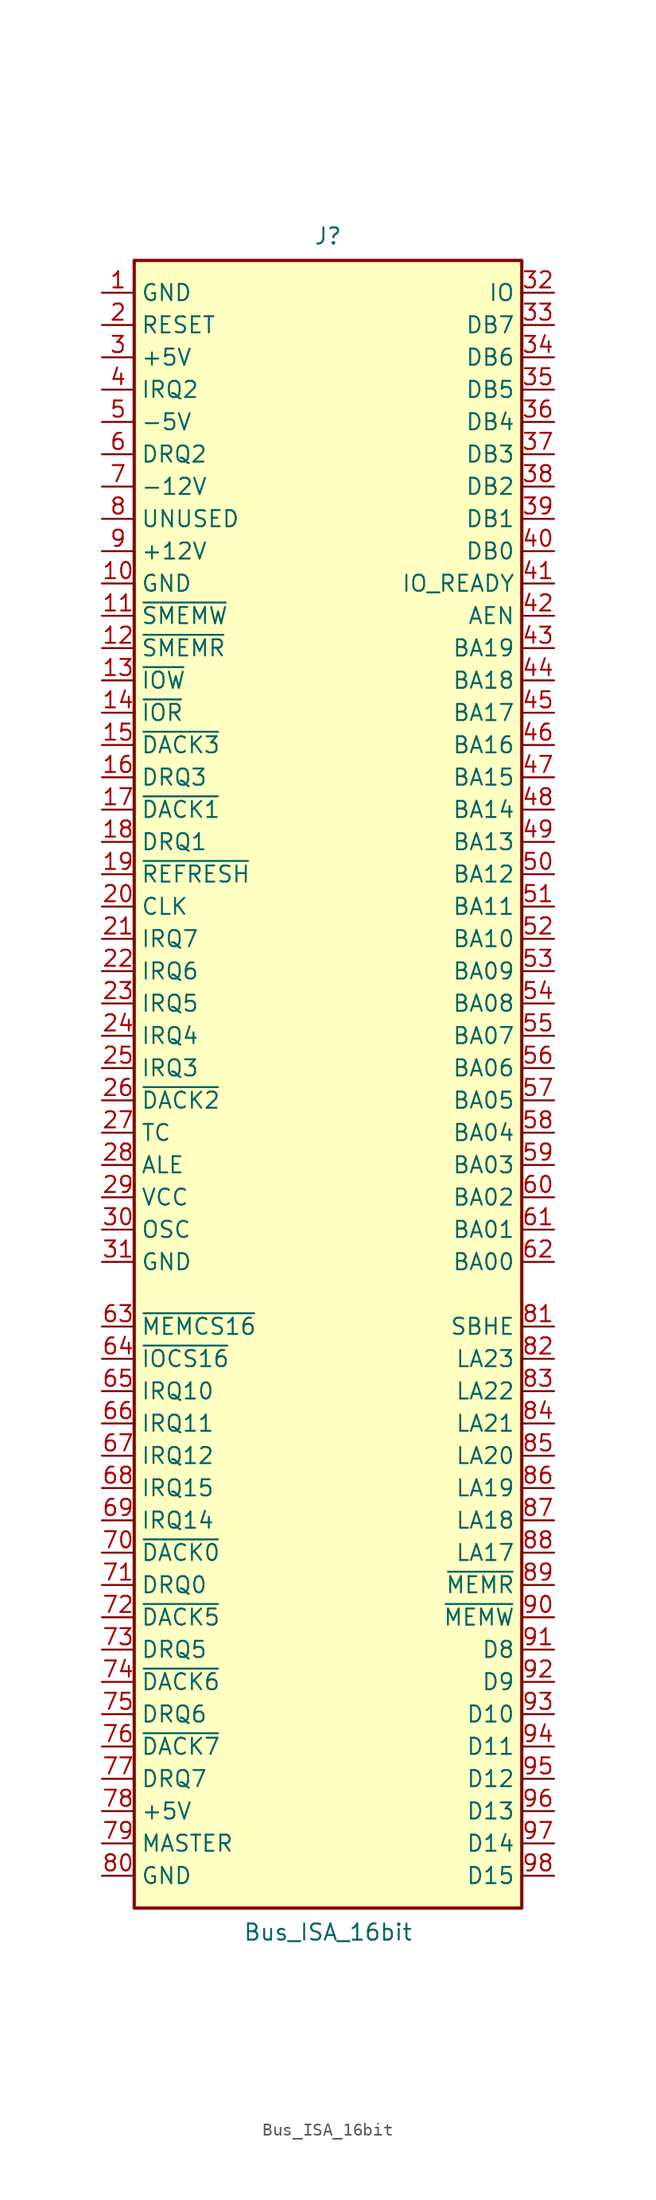
<source format=kicad_sym>
(kicad_symbol_lib
  (version 20220914)
  (generator kicad_symbol_editor)
  (symbol "Bus_ISA_16bit"
    (property "Reference" "J"
      (at 0 67.945 0)
      (effects (font (size 1.27 1.27))))
    (property "Value" "Bus_ISA_16bit"
      (at 0 -65.405 0)
      (effects (font (size 1.27 1.27))))
    (symbol "Bus_ISA_16bit_0_1"
      (rectangle (start -15.24 -63.5) (end 15.24 66.04) (stroke (width 0.254) (type default)) (fill (type background))))
    (symbol "Bus_ISA_16bit_1_1"
      (pin power_in line (at -17.78 63.5 0) (length 2.54) (name "GND" (effects (font (size 1.27 1.27)))) (number "1" (effects (font (size 1.27 1.27)))))
      (pin power_in line (at -17.78 40.64 0) (length 2.54) (name "GND" (effects (font (size 1.27 1.27)))) (number "10" (effects (font (size 1.27 1.27)))))
      (pin output line (at -17.78 38.1 0) (length 2.54) (name "~{SMEMW}" (effects (font (size 1.27 1.27)))) (number "11" (effects (font (size 1.27 1.27)))))
      (pin output line (at -17.78 35.56 0) (length 2.54) (name "~{SMEMR}" (effects (font (size 1.27 1.27)))) (number "12" (effects (font (size 1.27 1.27)))))
      (pin output line (at -17.78 33.02 0) (length 2.54) (name "~{IOW}" (effects (font (size 1.27 1.27)))) (number "13" (effects (font (size 1.27 1.27)))))
      (pin output line (at -17.78 30.48 0) (length 2.54) (name "~{IOR}" (effects (font (size 1.27 1.27)))) (number "14" (effects (font (size 1.27 1.27)))))
      (pin passive line (at -17.78 27.94 0) (length 2.54) (name "~{DACK3}" (effects (font (size 1.27 1.27)))) (number "15" (effects (font (size 1.27 1.27)))))
      (pin passive line (at -17.78 25.4 0) (length 2.54) (name "DRQ3" (effects (font (size 1.27 1.27)))) (number "16" (effects (font (size 1.27 1.27)))))
      (pin passive line (at -17.78 22.86 0) (length 2.54) (name "~{DACK1}" (effects (font (size 1.27 1.27)))) (number "17" (effects (font (size 1.27 1.27)))))
      (pin passive line (at -17.78 20.32 0) (length 2.54) (name "DRQ1" (effects (font (size 1.27 1.27)))) (number "18" (effects (font (size 1.27 1.27)))))
      (pin passive line (at -17.78 17.78 0) (length 2.54) (name "~{REFRESH}" (effects (font (size 1.27 1.27)))) (number "19" (effects (font (size 1.27 1.27)))))
      (pin output line (at -17.78 60.96 0) (length 2.54) (name "RESET" (effects (font (size 1.27 1.27)))) (number "2" (effects (font (size 1.27 1.27)))))
      (pin output line (at -17.78 15.24 0) (length 2.54) (name "CLK" (effects (font (size 1.27 1.27)))) (number "20" (effects (font (size 1.27 1.27)))))
      (pin passive line (at -17.78 12.7 0) (length 2.54) (name "IRQ7" (effects (font (size 1.27 1.27)))) (number "21" (effects (font (size 1.27 1.27)))))
      (pin passive line (at -17.78 10.16 0) (length 2.54) (name "IRQ6" (effects (font (size 1.27 1.27)))) (number "22" (effects (font (size 1.27 1.27)))))
      (pin passive line (at -17.78 7.62 0) (length 2.54) (name "IRQ5" (effects (font (size 1.27 1.27)))) (number "23" (effects (font (size 1.27 1.27)))))
      (pin passive line (at -17.78 5.08 0) (length 2.54) (name "IRQ4" (effects (font (size 1.27 1.27)))) (number "24" (effects (font (size 1.27 1.27)))))
      (pin passive line (at -17.78 2.54 0) (length 2.54) (name "IRQ3" (effects (font (size 1.27 1.27)))) (number "25" (effects (font (size 1.27 1.27)))))
      (pin passive line (at -17.78 0 0) (length 2.54) (name "~{DACK2}" (effects (font (size 1.27 1.27)))) (number "26" (effects (font (size 1.27 1.27)))))
      (pin passive line (at -17.78 -2.54 0) (length 2.54) (name "TC" (effects (font (size 1.27 1.27)))) (number "27" (effects (font (size 1.27 1.27)))))
      (pin output line (at -17.78 -5.08 0) (length 2.54) (name "ALE" (effects (font (size 1.27 1.27)))) (number "28" (effects (font (size 1.27 1.27)))))
      (pin power_in line (at -17.78 -7.62 0) (length 2.54) (name "VCC" (effects (font (size 1.27 1.27)))) (number "29" (effects (font (size 1.27 1.27)))))
      (pin power_in line (at -17.78 58.42 0) (length 2.54) (name "+5V" (effects (font (size 1.27 1.27)))) (number "3" (effects (font (size 1.27 1.27)))))
      (pin output line (at -17.78 -10.16 0) (length 2.54) (name "OSC" (effects (font (size 1.27 1.27)))) (number "30" (effects (font (size 1.27 1.27)))))
      (pin power_in line (at -17.78 -12.7 0) (length 2.54) (name "GND" (effects (font (size 1.27 1.27)))) (number "31" (effects (font (size 1.27 1.27)))))
      (pin passive line (at 17.78 63.5 180) (length 2.54) (name "IO" (effects (font (size 1.27 1.27)))) (number "32" (effects (font (size 1.27 1.27)))))
      (pin tri_state line (at 17.78 60.96 180) (length 2.54) (name "DB7" (effects (font (size 1.27 1.27)))) (number "33" (effects (font (size 1.27 1.27)))))
      (pin tri_state line (at 17.78 58.42 180) (length 2.54) (name "DB6" (effects (font (size 1.27 1.27)))) (number "34" (effects (font (size 1.27 1.27)))))
      (pin tri_state line (at 17.78 55.88 180) (length 2.54) (name "DB5" (effects (font (size 1.27 1.27)))) (number "35" (effects (font (size 1.27 1.27)))))
      (pin tri_state line (at 17.78 53.34 180) (length 2.54) (name "DB4" (effects (font (size 1.27 1.27)))) (number "36" (effects (font (size 1.27 1.27)))))
      (pin tri_state line (at 17.78 50.8 180) (length 2.54) (name "DB3" (effects (font (size 1.27 1.27)))) (number "37" (effects (font (size 1.27 1.27)))))
      (pin tri_state line (at 17.78 48.26 180) (length 2.54) (name "DB2" (effects (font (size 1.27 1.27)))) (number "38" (effects (font (size 1.27 1.27)))))
      (pin tri_state line (at 17.78 45.72 180) (length 2.54) (name "DB1" (effects (font (size 1.27 1.27)))) (number "39" (effects (font (size 1.27 1.27)))))
      (pin passive line (at -17.78 55.88 0) (length 2.54) (name "IRQ2" (effects (font (size 1.27 1.27)))) (number "4" (effects (font (size 1.27 1.27)))))
      (pin tri_state line (at 17.78 43.18 180) (length 2.54) (name "DB0" (effects (font (size 1.27 1.27)))) (number "40" (effects (font (size 1.27 1.27)))))
      (pin passive line (at 17.78 40.64 180) (length 2.54) (name "IO_READY" (effects (font (size 1.27 1.27)))) (number "41" (effects (font (size 1.27 1.27)))))
      (pin output line (at 17.78 38.1 180) (length 2.54) (name "AEN" (effects (font (size 1.27 1.27)))) (number "42" (effects (font (size 1.27 1.27)))))
      (pin tri_state line (at 17.78 35.56 180) (length 2.54) (name "BA19" (effects (font (size 1.27 1.27)))) (number "43" (effects (font (size 1.27 1.27)))))
      (pin tri_state line (at 17.78 33.02 180) (length 2.54) (name "BA18" (effects (font (size 1.27 1.27)))) (number "44" (effects (font (size 1.27 1.27)))))
      (pin tri_state line (at 17.78 30.48 180) (length 2.54) (name "BA17" (effects (font (size 1.27 1.27)))) (number "45" (effects (font (size 1.27 1.27)))))
      (pin tri_state line (at 17.78 27.94 180) (length 2.54) (name "BA16" (effects (font (size 1.27 1.27)))) (number "46" (effects (font (size 1.27 1.27)))))
      (pin tri_state line (at 17.78 25.4 180) (length 2.54) (name "BA15" (effects (font (size 1.27 1.27)))) (number "47" (effects (font (size 1.27 1.27)))))
      (pin tri_state line (at 17.78 22.86 180) (length 2.54) (name "BA14" (effects (font (size 1.27 1.27)))) (number "48" (effects (font (size 1.27 1.27)))))
      (pin tri_state line (at 17.78 20.32 180) (length 2.54) (name "BA13" (effects (font (size 1.27 1.27)))) (number "49" (effects (font (size 1.27 1.27)))))
      (pin power_in line (at -17.78 53.34 0) (length 2.54) (name "-5V" (effects (font (size 1.27 1.27)))) (number "5" (effects (font (size 1.27 1.27)))))
      (pin tri_state line (at 17.78 17.78 180) (length 2.54) (name "BA12" (effects (font (size 1.27 1.27)))) (number "50" (effects (font (size 1.27 1.27)))))
      (pin tri_state line (at 17.78 15.24 180) (length 2.54) (name "BA11" (effects (font (size 1.27 1.27)))) (number "51" (effects (font (size 1.27 1.27)))))
      (pin tri_state line (at 17.78 12.7 180) (length 2.54) (name "BA10" (effects (font (size 1.27 1.27)))) (number "52" (effects (font (size 1.27 1.27)))))
      (pin tri_state line (at 17.78 10.16 180) (length 2.54) (name "BA09" (effects (font (size 1.27 1.27)))) (number "53" (effects (font (size 1.27 1.27)))))
      (pin tri_state line (at 17.78 7.62 180) (length 2.54) (name "BA08" (effects (font (size 1.27 1.27)))) (number "54" (effects (font (size 1.27 1.27)))))
      (pin tri_state line (at 17.78 5.08 180) (length 2.54) (name "BA07" (effects (font (size 1.27 1.27)))) (number "55" (effects (font (size 1.27 1.27)))))
      (pin tri_state line (at 17.78 2.54 180) (length 2.54) (name "BA06" (effects (font (size 1.27 1.27)))) (number "56" (effects (font (size 1.27 1.27)))))
      (pin tri_state line (at 17.78 0 180) (length 2.54) (name "BA05" (effects (font (size 1.27 1.27)))) (number "57" (effects (font (size 1.27 1.27)))))
      (pin tri_state line (at 17.78 -2.54 180) (length 2.54) (name "BA04" (effects (font (size 1.27 1.27)))) (number "58" (effects (font (size 1.27 1.27)))))
      (pin tri_state line (at 17.78 -5.08 180) (length 2.54) (name "BA03" (effects (font (size 1.27 1.27)))) (number "59" (effects (font (size 1.27 1.27)))))
      (pin passive line (at -17.78 50.8 0) (length 2.54) (name "DRQ2" (effects (font (size 1.27 1.27)))) (number "6" (effects (font (size 1.27 1.27)))))
      (pin tri_state line (at 17.78 -7.62 180) (length 2.54) (name "BA02" (effects (font (size 1.27 1.27)))) (number "60" (effects (font (size 1.27 1.27)))))
      (pin tri_state line (at 17.78 -10.16 180) (length 2.54) (name "BA01" (effects (font (size 1.27 1.27)))) (number "61" (effects (font (size 1.27 1.27)))))
      (pin tri_state line (at 17.78 -12.7 180) (length 2.54) (name "BA00" (effects (font (size 1.27 1.27)))) (number "62" (effects (font (size 1.27 1.27)))))
      (pin passive line (at -17.78 -17.78 0) (length 2.54) (name "~{MEMCS16}" (effects (font (size 1.27 1.27)))) (number "63" (effects (font (size 1.27 1.27)))))
      (pin passive line (at -17.78 -20.32 0) (length 2.54) (name "~{IOCS16}" (effects (font (size 1.27 1.27)))) (number "64" (effects (font (size 1.27 1.27)))))
      (pin passive line (at -17.78 -22.86 0) (length 2.54) (name "IRQ10" (effects (font (size 1.27 1.27)))) (number "65" (effects (font (size 1.27 1.27)))))
      (pin passive line (at -17.78 -25.4 0) (length 2.54) (name "IRQ11" (effects (font (size 1.27 1.27)))) (number "66" (effects (font (size 1.27 1.27)))))
      (pin passive line (at -17.78 -27.94 0) (length 2.54) (name "IRQ12" (effects (font (size 1.27 1.27)))) (number "67" (effects (font (size 1.27 1.27)))))
      (pin passive line (at -17.78 -30.48 0) (length 2.54) (name "IRQ15" (effects (font (size 1.27 1.27)))) (number "68" (effects (font (size 1.27 1.27)))))
      (pin passive line (at -17.78 -33.02 0) (length 2.54) (name "IRQ14" (effects (font (size 1.27 1.27)))) (number "69" (effects (font (size 1.27 1.27)))))
      (pin power_in line (at -17.78 48.26 0) (length 2.54) (name "-12V" (effects (font (size 1.27 1.27)))) (number "7" (effects (font (size 1.27 1.27)))))
      (pin output line (at -17.78 -35.56 0) (length 2.54) (name "~{DACK0}" (effects (font (size 1.27 1.27)))) (number "70" (effects (font (size 1.27 1.27)))))
      (pin passive line (at -17.78 -38.1 0) (length 2.54) (name "DRQ0" (effects (font (size 1.27 1.27)))) (number "71" (effects (font (size 1.27 1.27)))))
      (pin output line (at -17.78 -40.64 0) (length 2.54) (name "~{DACK5}" (effects (font (size 1.27 1.27)))) (number "72" (effects (font (size 1.27 1.27)))))
      (pin passive line (at -17.78 -43.18 0) (length 2.54) (name "DRQ5" (effects (font (size 1.27 1.27)))) (number "73" (effects (font (size 1.27 1.27)))))
      (pin output line (at -17.78 -45.72 0) (length 2.54) (name "~{DACK6}" (effects (font (size 1.27 1.27)))) (number "74" (effects (font (size 1.27 1.27)))))
      (pin passive line (at -17.78 -48.26 0) (length 2.54) (name "DRQ6" (effects (font (size 1.27 1.27)))) (number "75" (effects (font (size 1.27 1.27)))))
      (pin output line (at -17.78 -50.8 0) (length 2.54) (name "~{DACK7}" (effects (font (size 1.27 1.27)))) (number "76" (effects (font (size 1.27 1.27)))))
      (pin passive line (at -17.78 -53.34 0) (length 2.54) (name "DRQ7" (effects (font (size 1.27 1.27)))) (number "77" (effects (font (size 1.27 1.27)))))
      (pin power_in line (at -17.78 -55.88 0) (length 2.54) (name "+5V" (effects (font (size 1.27 1.27)))) (number "78" (effects (font (size 1.27 1.27)))))
      (pin passive line (at -17.78 -58.42 0) (length 2.54) (name "MASTER" (effects (font (size 1.27 1.27)))) (number "79" (effects (font (size 1.27 1.27)))))
      (pin passive line (at -17.78 45.72 0) (length 2.54) (name "UNUSED" (effects (font (size 1.27 1.27)))) (number "8" (effects (font (size 1.27 1.27)))))
      (pin power_in line (at -17.78 -60.96 0) (length 2.54) (name "GND" (effects (font (size 1.27 1.27)))) (number "80" (effects (font (size 1.27 1.27)))))
      (pin passive line (at 17.78 -17.78 180) (length 2.54) (name "SBHE" (effects (font (size 1.27 1.27)))) (number "81" (effects (font (size 1.27 1.27)))))
      (pin passive line (at 17.78 -20.32 180) (length 2.54) (name "LA23" (effects (font (size 1.27 1.27)))) (number "82" (effects (font (size 1.27 1.27)))))
      (pin passive line (at 17.78 -22.86 180) (length 2.54) (name "LA22" (effects (font (size 1.27 1.27)))) (number "83" (effects (font (size 1.27 1.27)))))
      (pin passive line (at 17.78 -25.4 180) (length 2.54) (name "LA21" (effects (font (size 1.27 1.27)))) (number "84" (effects (font (size 1.27 1.27)))))
      (pin passive line (at 17.78 -27.94 180) (length 2.54) (name "LA20" (effects (font (size 1.27 1.27)))) (number "85" (effects (font (size 1.27 1.27)))))
      (pin passive line (at 17.78 -30.48 180) (length 2.54) (name "LA19" (effects (font (size 1.27 1.27)))) (number "86" (effects (font (size 1.27 1.27)))))
      (pin passive line (at 17.78 -33.02 180) (length 2.54) (name "LA18" (effects (font (size 1.27 1.27)))) (number "87" (effects (font (size 1.27 1.27)))))
      (pin passive line (at 17.78 -35.56 180) (length 2.54) (name "LA17" (effects (font (size 1.27 1.27)))) (number "88" (effects (font (size 1.27 1.27)))))
      (pin output line (at 17.78 -38.1 180) (length 2.54) (name "~{MEMR}" (effects (font (size 1.27 1.27)))) (number "89" (effects (font (size 1.27 1.27)))))
      (pin power_in line (at -17.78 43.18 0) (length 2.54) (name "+12V" (effects (font (size 1.27 1.27)))) (number "9" (effects (font (size 1.27 1.27)))))
      (pin output line (at 17.78 -40.64 180) (length 2.54) (name "~{MEMW}" (effects (font (size 1.27 1.27)))) (number "90" (effects (font (size 1.27 1.27)))))
      (pin tri_state line (at 17.78 -43.18 180) (length 2.54) (name "D8" (effects (font (size 1.27 1.27)))) (number "91" (effects (font (size 1.27 1.27)))))
      (pin tri_state line (at 17.78 -45.72 180) (length 2.54) (name "D9" (effects (font (size 1.27 1.27)))) (number "92" (effects (font (size 1.27 1.27)))))
      (pin tri_state line (at 17.78 -48.26 180) (length 2.54) (name "D10" (effects (font (size 1.27 1.27)))) (number "93" (effects (font (size 1.27 1.27)))))
      (pin tri_state line (at 17.78 -50.8 180) (length 2.54) (name "D11" (effects (font (size 1.27 1.27)))) (number "94" (effects (font (size 1.27 1.27)))))
      (pin tri_state line (at 17.78 -53.34 180) (length 2.54) (name "D12" (effects (font (size 1.27 1.27)))) (number "95" (effects (font (size 1.27 1.27)))))
      (pin tri_state line (at 17.78 -55.88 180) (length 2.54) (name "D13" (effects (font (size 1.27 1.27)))) (number "96" (effects (font (size 1.27 1.27)))))
      (pin tri_state line (at 17.78 -58.42 180) (length 2.54) (name "D14" (effects (font (size 1.27 1.27)))) (number "97" (effects (font (size 1.27 1.27)))))
      (pin tri_state line (at 17.78 -60.96 180) (length 2.54) (name "D15" (effects (font (size 1.27 1.27)))) (number "98" (effects (font (size 1.27 1.27))))))))
</source>
